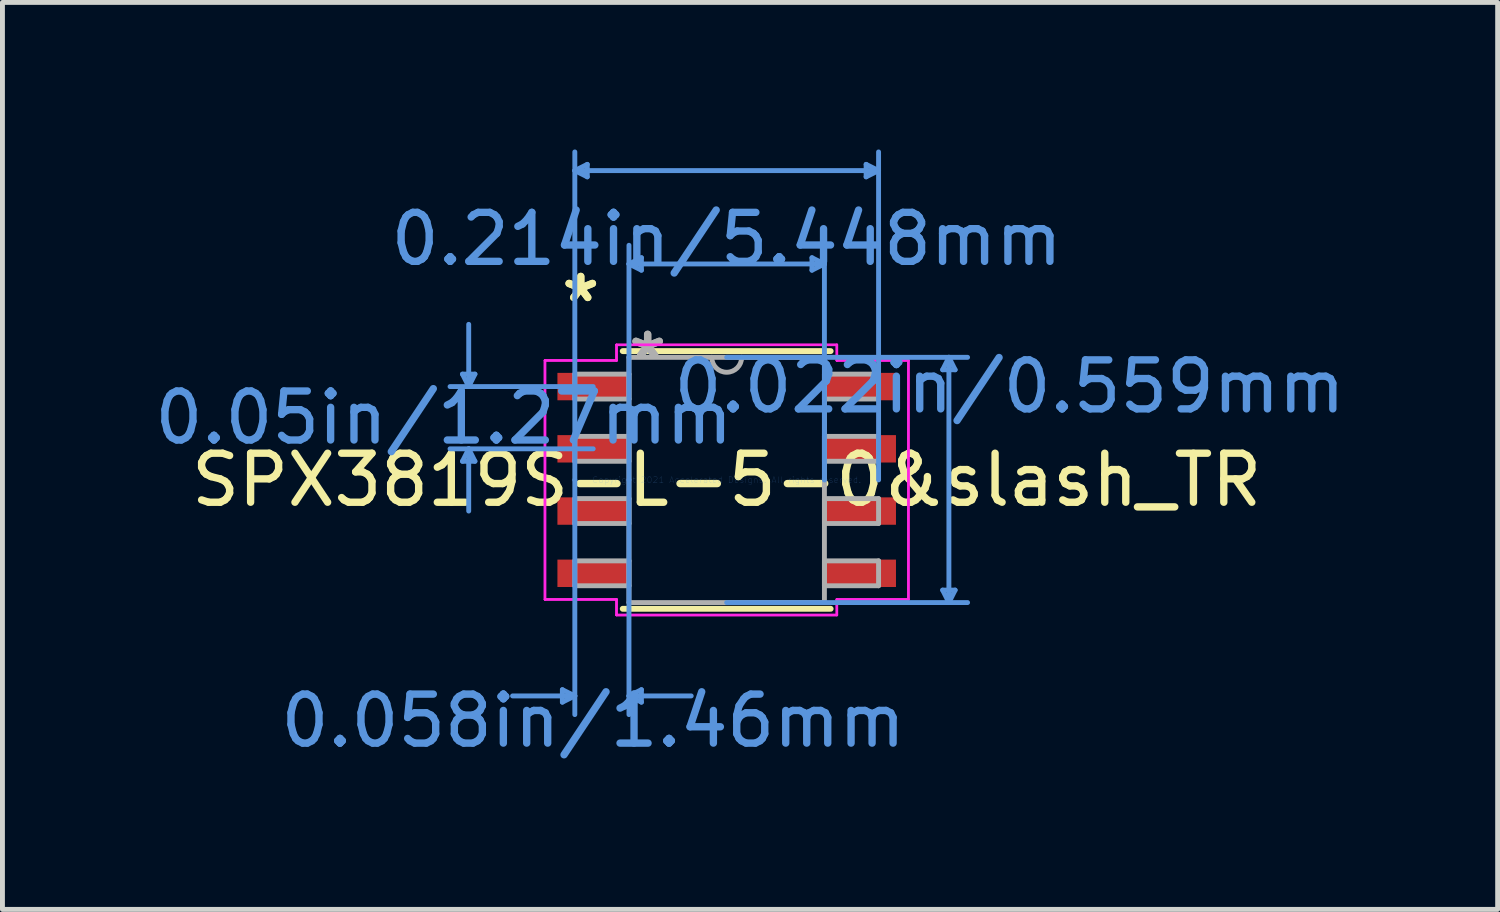
<source format=kicad_pcb>
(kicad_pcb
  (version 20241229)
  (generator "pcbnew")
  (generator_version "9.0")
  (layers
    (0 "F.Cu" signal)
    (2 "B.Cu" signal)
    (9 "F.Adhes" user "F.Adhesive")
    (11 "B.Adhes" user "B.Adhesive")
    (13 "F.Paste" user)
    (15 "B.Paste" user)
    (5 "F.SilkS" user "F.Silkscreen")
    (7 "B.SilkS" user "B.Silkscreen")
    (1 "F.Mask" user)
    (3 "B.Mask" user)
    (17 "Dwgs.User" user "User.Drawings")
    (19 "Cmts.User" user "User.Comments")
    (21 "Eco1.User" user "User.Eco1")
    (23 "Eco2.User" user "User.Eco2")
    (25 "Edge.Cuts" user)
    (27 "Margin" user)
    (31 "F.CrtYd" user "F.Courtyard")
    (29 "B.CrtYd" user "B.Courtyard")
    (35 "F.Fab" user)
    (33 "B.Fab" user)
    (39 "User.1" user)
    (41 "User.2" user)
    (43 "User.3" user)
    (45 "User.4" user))
  (footprint "SPX3819S-L-5-0&slash_TR"
    (layer "F.Cu")
    (at 11.778 6.743)
    (property "Reference" "SPX3819S-L-5-0&slash_TR" (at 0 0 0) (layer "F.SilkS") (effects (font (size 1 1) (thickness 0.15))))
    (attr through_hole)
    (fp_line (start -2.121 2.629) (end 2.121 2.629) (stroke (width 0.12) (type solid)) (layer "F.SilkS"))
    (fp_line (start 2.121 -2.629) (end -2.121 -2.629) (stroke (width 0.12) (type solid)) (layer "F.SilkS"))
    (fp_line (start -5.391 -2.159) (end -5.137 -2.159) (stroke (width 0.1) (type solid)) (layer "Cmts.User"))
    (fp_line (start -5.391 -0.381) (end -5.137 -0.381) (stroke (width 0.1) (type solid)) (layer "Cmts.User"))
    (fp_line (start -5.264 -1.905) (end -5.391 -2.159) (stroke (width 0.1) (type solid)) (layer "Cmts.User"))
    (fp_line (start -5.264 -1.905) (end -5.264 -3.175) (stroke (width 0.1) (type solid)) (layer "Cmts.User"))
    (fp_line (start -5.264 -1.905) (end -5.137 -2.159) (stroke (width 0.1) (type solid)) (layer "Cmts.User"))
    (fp_line (start -5.264 -0.635) (end -5.391 -0.381) (stroke (width 0.1) (type solid)) (layer "Cmts.User"))
    (fp_line (start -5.264 -0.635) (end -5.264 0.635) (stroke (width 0.1) (type solid)) (layer "Cmts.User"))
    (fp_line (start -5.264 -0.635) (end -5.137 -0.381) (stroke (width 0.1) (type solid)) (layer "Cmts.User"))
    (fp_line (start -3.353 4.28) (end -3.353 4.534) (stroke (width 0.1) (type solid)) (layer "Cmts.User"))
    (fp_line (start -3.099 -6.312) (end -2.845 -6.439) (stroke (width 0.1) (type solid)) (layer "Cmts.User"))
    (fp_line (start -3.099 -6.312) (end -2.845 -6.185) (stroke (width 0.1) (type solid)) (layer "Cmts.User"))
    (fp_line (start -3.099 -6.312) (end 3.099 -6.312) (stroke (width 0.1) (type solid)) (layer "Cmts.User"))
    (fp_line (start -3.099 0) (end -3.099 -6.693) (stroke (width 0.1) (type solid)) (layer "Cmts.User"))
    (fp_line (start -3.099 0) (end -3.099 4.788) (stroke (width 0.1) (type solid)) (layer "Cmts.User"))
    (fp_line (start -3.099 4.407) (end -4.369 4.407) (stroke (width 0.1) (type solid)) (layer "Cmts.User"))
    (fp_line (start -3.099 4.407) (end -3.353 4.28) (stroke (width 0.1) (type solid)) (layer "Cmts.User"))
    (fp_line (start -3.099 4.407) (end -3.353 4.534) (stroke (width 0.1) (type solid)) (layer "Cmts.User"))
    (fp_line (start -2.845 -6.439) (end -2.845 -6.185) (stroke (width 0.1) (type solid)) (layer "Cmts.User"))
    (fp_line (start -2.724 -1.905) (end -5.645 -1.905) (stroke (width 0.1) (type solid)) (layer "Cmts.User"))
    (fp_line (start -2.724 -0.635) (end -5.645 -0.635) (stroke (width 0.1) (type solid)) (layer "Cmts.User"))
    (fp_line (start -1.994 -4.407) (end -1.74 -4.534) (stroke (width 0.1) (type solid)) (layer "Cmts.User"))
    (fp_line (start -1.994 -4.407) (end -1.74 -4.28) (stroke (width 0.1) (type solid)) (layer "Cmts.User"))
    (fp_line (start -1.994 -4.407) (end 1.994 -4.407) (stroke (width 0.1) (type solid)) (layer "Cmts.User"))
    (fp_line (start -1.994 0) (end -1.994 -4.788) (stroke (width 0.1) (type solid)) (layer "Cmts.User"))
    (fp_line (start -1.994 0) (end -1.994 4.788) (stroke (width 0.1) (type solid)) (layer "Cmts.User"))
    (fp_line (start -1.994 4.407) (end -1.74 4.28) (stroke (width 0.1) (type solid)) (layer "Cmts.User"))
    (fp_line (start -1.994 4.407) (end -1.74 4.534) (stroke (width 0.1) (type solid)) (layer "Cmts.User"))
    (fp_line (start -1.994 4.407) (end -0.724 4.407) (stroke (width 0.1) (type solid)) (layer "Cmts.User"))
    (fp_line (start -1.74 -4.534) (end -1.74 -4.28) (stroke (width 0.1) (type solid)) (layer "Cmts.User"))
    (fp_line (start -1.74 4.28) (end -1.74 4.534) (stroke (width 0.1) (type solid)) (layer "Cmts.User"))
    (fp_line (start 0 -2.502) (end 4.915 -2.502) (stroke (width 0.1) (type solid)) (layer "Cmts.User"))
    (fp_line (start 0 2.502) (end 4.915 2.502) (stroke (width 0.1) (type solid)) (layer "Cmts.User"))
    (fp_line (start 1.74 -4.534) (end 1.74 -4.28) (stroke (width 0.1) (type solid)) (layer "Cmts.User"))
    (fp_line (start 1.994 -4.407) (end 1.74 -4.534) (stroke (width 0.1) (type solid)) (layer "Cmts.User"))
    (fp_line (start 1.994 -4.407) (end 1.74 -4.28) (stroke (width 0.1) (type solid)) (layer "Cmts.User"))
    (fp_line (start 1.994 0) (end 1.994 -4.788) (stroke (width 0.1) (type solid)) (layer "Cmts.User"))
    (fp_line (start 2.845 -6.439) (end 2.845 -6.185) (stroke (width 0.1) (type solid)) (layer "Cmts.User"))
    (fp_line (start 3.099 -6.312) (end 2.845 -6.439) (stroke (width 0.1) (type solid)) (layer "Cmts.User"))
    (fp_line (start 3.099 -6.312) (end 2.845 -6.185) (stroke (width 0.1) (type solid)) (layer "Cmts.User"))
    (fp_line (start 3.099 0) (end 3.099 -6.693) (stroke (width 0.1) (type solid)) (layer "Cmts.User"))
    (fp_line (start 4.407 -2.248) (end 4.661 -2.248) (stroke (width 0.1) (type solid)) (layer "Cmts.User"))
    (fp_line (start 4.407 2.248) (end 4.661 2.248) (stroke (width 0.1) (type solid)) (layer "Cmts.User"))
    (fp_line (start 4.534 -2.502) (end 4.407 -2.248) (stroke (width 0.1) (type solid)) (layer "Cmts.User"))
    (fp_line (start 4.534 -2.502) (end 4.534 2.502) (stroke (width 0.1) (type solid)) (layer "Cmts.User"))
    (fp_line (start 4.534 -2.502) (end 4.661 -2.248) (stroke (width 0.1) (type solid)) (layer "Cmts.User"))
    (fp_line (start 4.534 2.502) (end 4.407 2.248) (stroke (width 0.1) (type solid)) (layer "Cmts.User"))
    (fp_line (start 4.534 2.502) (end 4.661 2.248) (stroke (width 0.1) (type solid)) (layer "Cmts.User"))
    (fp_line (start -3.708 -2.438) (end -2.248 -2.438) (stroke (width 0.05) (type solid)) (layer "F.CrtYd"))
    (fp_line (start -3.708 -2.438) (end -2.248 -2.438) (stroke (width 0.05) (type solid)) (layer "F.CrtYd"))
    (fp_line (start -3.708 2.438) (end -3.708 -2.438) (stroke (width 0.05) (type solid)) (layer "F.CrtYd"))
    (fp_line (start -3.708 2.438) (end -3.708 -2.438) (stroke (width 0.05) (type solid)) (layer "F.CrtYd"))
    (fp_line (start -3.708 2.438) (end -2.248 2.438) (stroke (width 0.05) (type solid)) (layer "F.CrtYd"))
    (fp_line (start -2.248 -2.756) (end 2.248 -2.756) (stroke (width 0.05) (type solid)) (layer "F.CrtYd"))
    (fp_line (start -2.248 -2.756) (end 2.248 -2.756) (stroke (width 0.05) (type solid)) (layer "F.CrtYd"))
    (fp_line (start -2.248 -2.438) (end -2.248 -2.756) (stroke (width 0.05) (type solid)) (layer "F.CrtYd"))
    (fp_line (start -2.248 -2.438) (end -2.248 -2.756) (stroke (width 0.05) (type solid)) (layer "F.CrtYd"))
    (fp_line (start -2.248 2.438) (end -3.708 2.438) (stroke (width 0.05) (type solid)) (layer "F.CrtYd"))
    (fp_line (start -2.248 2.756) (end -2.248 2.438) (stroke (width 0.05) (type solid)) (layer "F.CrtYd"))
    (fp_line (start -2.248 2.756) (end -2.248 2.438) (stroke (width 0.05) (type solid)) (layer "F.CrtYd"))
    (fp_line (start 2.248 -2.756) (end 2.248 -2.438) (stroke (width 0.05) (type solid)) (layer "F.CrtYd"))
    (fp_line (start 2.248 -2.756) (end 2.248 -2.438) (stroke (width 0.05) (type solid)) (layer "F.CrtYd"))
    (fp_line (start 2.248 -2.438) (end 3.708 -2.438) (stroke (width 0.05) (type solid)) (layer "F.CrtYd"))
    (fp_line (start 2.248 2.438) (end 2.248 2.756) (stroke (width 0.05) (type solid)) (layer "F.CrtYd"))
    (fp_line (start 2.248 2.438) (end 2.248 2.756) (stroke (width 0.05) (type solid)) (layer "F.CrtYd"))
    (fp_line (start 2.248 2.756) (end -2.248 2.756) (stroke (width 0.05) (type solid)) (layer "F.CrtYd"))
    (fp_line (start 2.248 2.756) (end -2.248 2.756) (stroke (width 0.05) (type solid)) (layer "F.CrtYd"))
    (fp_line (start 3.708 -2.438) (end 2.248 -2.438) (stroke (width 0.05) (type solid)) (layer "F.CrtYd"))
    (fp_line (start 3.708 -2.438) (end 3.708 2.438) (stroke (width 0.05) (type solid)) (layer "F.CrtYd"))
    (fp_line (start 3.708 -2.438) (end 3.708 2.438) (stroke (width 0.05) (type solid)) (layer "F.CrtYd"))
    (fp_line (start 3.708 2.438) (end 2.248 2.438) (stroke (width 0.05) (type solid)) (layer "F.CrtYd"))
    (fp_line (start 3.708 2.438) (end 2.248 2.438) (stroke (width 0.05) (type solid)) (layer "F.CrtYd"))
    (fp_line (start -3.099 -2.159) (end -3.099 -1.651) (stroke (width 0.1) (type solid)) (layer "F.Fab"))
    (fp_line (start -3.099 -1.651) (end -1.994 -1.651) (stroke (width 0.1) (type solid)) (layer "F.Fab"))
    (fp_line (start -3.099 -0.889) (end -3.099 -0.381) (stroke (width 0.1) (type solid)) (layer "F.Fab"))
    (fp_line (start -3.099 -0.381) (end -1.994 -0.381) (stroke (width 0.1) (type solid)) (layer "F.Fab"))
    (fp_line (start -3.099 0.381) (end -3.099 0.889) (stroke (width 0.1) (type solid)) (layer "F.Fab"))
    (fp_line (start -3.099 0.889) (end -1.994 0.889) (stroke (width 0.1) (type solid)) (layer "F.Fab"))
    (fp_line (start -3.099 1.651) (end -3.099 2.159) (stroke (width 0.1) (type solid)) (layer "F.Fab"))
    (fp_line (start -3.099 2.159) (end -1.994 2.159) (stroke (width 0.1) (type solid)) (layer "F.Fab"))
    (fp_line (start -1.994 -2.502) (end -1.994 2.502) (stroke (width 0.1) (type solid)) (layer "F.Fab"))
    (fp_line (start -1.994 -2.159) (end -3.099 -2.159) (stroke (width 0.1) (type solid)) (layer "F.Fab"))
    (fp_line (start -1.994 -1.651) (end -1.994 -2.159) (stroke (width 0.1) (type solid)) (layer "F.Fab"))
    (fp_line (start -1.994 -0.889) (end -3.099 -0.889) (stroke (width 0.1) (type solid)) (layer "F.Fab"))
    (fp_line (start -1.994 -0.381) (end -1.994 -0.889) (stroke (width 0.1) (type solid)) (layer "F.Fab"))
    (fp_line (start -1.994 0.381) (end -3.099 0.381) (stroke (width 0.1) (type solid)) (layer "F.Fab"))
    (fp_line (start -1.994 0.889) (end -1.994 0.381) (stroke (width 0.1) (type solid)) (layer "F.Fab"))
    (fp_line (start -1.994 1.651) (end -3.099 1.651) (stroke (width 0.1) (type solid)) (layer "F.Fab"))
    (fp_line (start -1.994 2.159) (end -1.994 1.651) (stroke (width 0.1) (type solid)) (layer "F.Fab"))
    (fp_line (start -1.994 2.502) (end 1.994 2.502) (stroke (width 0.1) (type solid)) (layer "F.Fab"))
    (fp_line (start 1.994 -2.502) (end -1.994 -2.502) (stroke (width 0.1) (type solid)) (layer "F.Fab"))
    (fp_line (start 1.994 -2.159) (end 1.994 -1.651) (stroke (width 0.1) (type solid)) (layer "F.Fab"))
    (fp_line (start 1.994 -1.651) (end 3.099 -1.651) (stroke (width 0.1) (type solid)) (layer "F.Fab"))
    (fp_line (start 1.994 -0.889) (end 1.994 -0.381) (stroke (width 0.1) (type solid)) (layer "F.Fab"))
    (fp_line (start 1.994 -0.381) (end 3.099 -0.381) (stroke (width 0.1) (type solid)) (layer "F.Fab"))
    (fp_line (start 1.994 0.381) (end 1.994 0.889) (stroke (width 0.1) (type solid)) (layer "F.Fab"))
    (fp_line (start 1.994 0.889) (end 3.099 0.889) (stroke (width 0.1) (type solid)) (layer "F.Fab"))
    (fp_line (start 1.994 1.651) (end 1.994 2.159) (stroke (width 0.1) (type solid)) (layer "F.Fab"))
    (fp_line (start 1.994 2.159) (end 3.099 2.159) (stroke (width 0.1) (type solid)) (layer "F.Fab"))
    (fp_line (start 1.994 2.502) (end 1.994 -2.502) (stroke (width 0.1) (type solid)) (layer "F.Fab"))
    (fp_line (start 3.099 -2.159) (end 1.994 -2.159) (stroke (width 0.1) (type solid)) (layer "F.Fab"))
    (fp_line (start 3.099 -1.651) (end 3.099 -2.159) (stroke (width 0.1) (type solid)) (layer "F.Fab"))
    (fp_line (start 3.099 -0.889) (end 1.994 -0.889) (stroke (width 0.1) (type solid)) (layer "F.Fab"))
    (fp_line (start 3.099 -0.381) (end 3.099 -0.889) (stroke (width 0.1) (type solid)) (layer "F.Fab"))
    (fp_line (start 3.099 0.381) (end 1.994 0.381) (stroke (width 0.1) (type solid)) (layer "F.Fab"))
    (fp_line (start 3.099 0.889) (end 3.099 0.381) (stroke (width 0.1) (type solid)) (layer "F.Fab"))
    (fp_line (start 3.099 1.651) (end 1.994 1.651) (stroke (width 0.1) (type solid)) (layer "F.Fab"))
    (fp_line (start 3.099 2.159) (end 3.099 1.651) (stroke (width 0.1) (type solid)) (layer "F.Fab"))
    (fp_arc (start 0.3048 -2.5019) (mid 0 -2.1971) (end -0.3048 -2.5019) (stroke (width 0.1) (type solid)) (layer "F.Fab"))
    (fp_text user "*" (at -2.978 -3.607 0) (layer "F.SilkS") (effects (font (size 1 1) (thickness 0.15))))
    (fp_text user "*" (at -2.978 -3.607 0) (layer "F.SilkS") (effects (font (size 1 1) (thickness 0.15))))
    (fp_text user "0.05in/1.27mm" (at -5.772 -1.27 0) (layer "Cmts.User") (effects (font (size 1 1) (thickness 0.15))))
    (fp_text user "Copyright 2021 Accelerated Designs. All rights reserved." (at 0 0 0) (layer "Cmts.User") (effects (font (size 0.127 0.127) (thickness 0.002))))
    (fp_text user "0.058in/1.46mm" (at -2.724 4.915 0) (layer "Cmts.User") (effects (font (size 1 1) (thickness 0.15))))
    (fp_text user "0.214in/5.448mm" (at 0 -4.915 0) (layer "Cmts.User") (effects (font (size 1 1) (thickness 0.15))))
    (fp_text user "0.022in/0.559mm" (at 5.772 -1.905 0) (layer "Cmts.User") (effects (font (size 1 1) (thickness 0.15))))
    (fp_text user "*" (at -1.613 -2.426 0) (layer "F.Fab") (effects (font (size 1 1) (thickness 0.15))))
    (fp_text user "*" (at -1.613 -2.426 0) (layer "F.Fab") (effects (font (size 1 1) (thickness 0.15))))
    (pad "1" smd rect (at -2.724 -1.905) (size 1.46 0.559) (layers "F.Cu" "F.Mask" "F.Paste"))
    (pad "2" smd rect (at -2.724 -0.635) (size 1.46 0.559) (layers "F.Cu" "F.Mask" "F.Paste"))
    (pad "3" smd rect (at -2.724 0.635) (size 1.46 0.559) (layers "F.Cu" "F.Mask" "F.Paste"))
    (pad "4" smd rect (at -2.724 1.905) (size 1.46 0.559) (layers "F.Cu" "F.Mask" "F.Paste"))
    (pad "5" smd rect (at 2.724 1.905) (size 1.46 0.559) (layers "F.Cu" "F.Mask" "F.Paste"))
    (pad "6" smd rect (at 2.724 0.635) (size 1.46 0.559) (layers "F.Cu" "F.Mask" "F.Paste"))
    (pad "7" smd rect (at 2.724 -0.635) (size 1.46 0.559) (layers "F.Cu" "F.Mask" "F.Paste"))
    (pad "8" smd rect (at 2.724 -1.905) (size 1.46 0.559) (layers "F.Cu" "F.Mask" "F.Paste")))
  (gr_rect
    (start -3 -3)
    (end 27.509 15.506)
    (stroke (width 0.1) (type default))
    (fill no)
    (layer "Edge.Cuts")))
</source>
